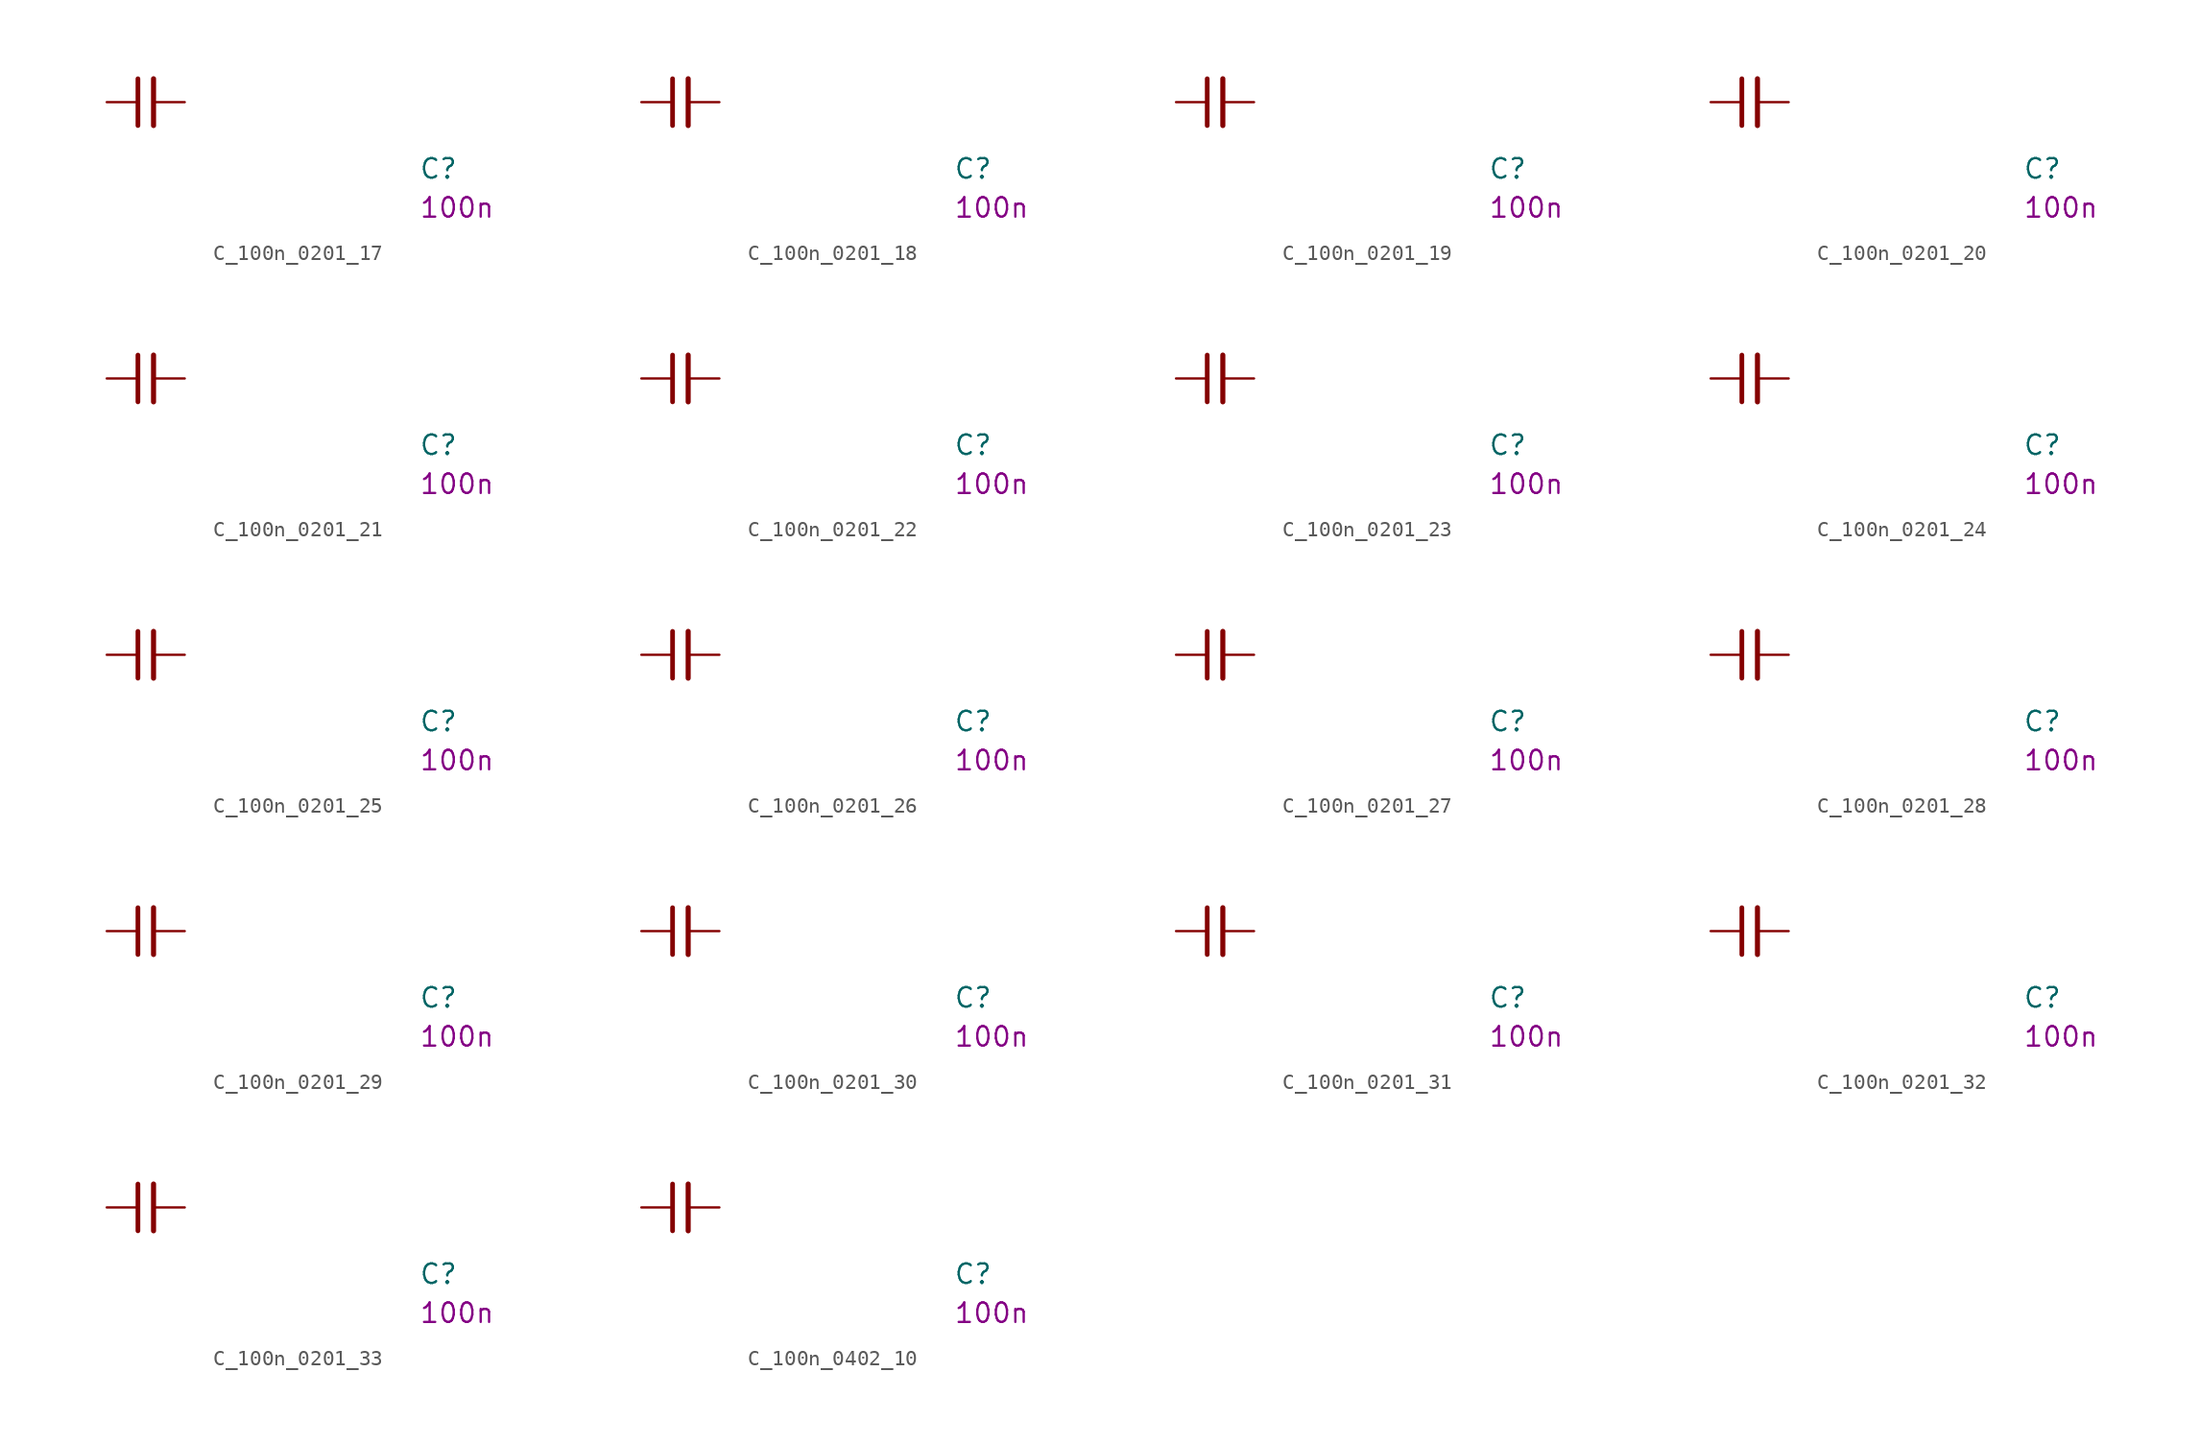
<source format=kicad_sym>
(kicad_symbol_lib
  (version 20211014)
  (generator kicad_symbol_editor)
  (symbol "K410T-devboard:C_100n_0201_17"
    (pin_numbers hide)
    (pin_names hide)
    (property "Reference" "C"
      (at 20.32 -5.08 0)
      (effects (font (size 1.27 1.27) (thickness 0.15)) (justify left bottom)))
    (property "Val" "100n"
      (at 20.32 -7.62 0)
      (effects (font (size 1.27 1.27) (thickness 0.15)) (justify left bottom)))
    (symbol "C_100n_0201_17_0_1"
      (polyline (pts (xy 2.032 -1.524) (xy 2.032 1.524)) (stroke (width 0.305) (type default)) (fill (type none)))
      (polyline (pts (xy 3.048 -1.524) (xy 3.048 1.524)) (stroke (width 0.33) (type default)) (fill (type none))))
    (symbol "C_100n_0201_17_1_1"
      (pin passive line (at 0 0 0) (length 2.032) (name "~" (effects (font (size 1.27 1.27)))) (number "1" (effects (font (size 1.27 1.27)))))
      (pin passive line (at 5.08 0 180) (length 2.032) (name "~" (effects (font (size 1.27 1.27)))) (number "2" (effects (font (size 1.27 1.27)))))))
  (symbol "K410T-devboard:C_100n_0201_18"
    (pin_numbers hide)
    (pin_names hide)
    (property "Reference" "C"
      (at 20.32 -5.08 0)
      (effects (font (size 1.27 1.27) (thickness 0.15)) (justify left bottom)))
    (property "Val" "100n"
      (at 20.32 -7.62 0)
      (effects (font (size 1.27 1.27) (thickness 0.15)) (justify left bottom)))
    (symbol "C_100n_0201_18_0_1"
      (polyline (pts (xy 2.032 -1.524) (xy 2.032 1.524)) (stroke (width 0.305) (type default)) (fill (type none)))
      (polyline (pts (xy 3.048 -1.524) (xy 3.048 1.524)) (stroke (width 0.33) (type default)) (fill (type none))))
    (symbol "C_100n_0201_18_1_1"
      (pin passive line (at 0 0 0) (length 2.032) (name "~" (effects (font (size 1.27 1.27)))) (number "1" (effects (font (size 1.27 1.27)))))
      (pin passive line (at 5.08 0 180) (length 2.032) (name "~" (effects (font (size 1.27 1.27)))) (number "2" (effects (font (size 1.27 1.27)))))))
  (symbol "K410T-devboard:C_100n_0201_19"
    (pin_numbers hide)
    (pin_names hide)
    (property "Reference" "C"
      (at 20.32 -5.08 0)
      (effects (font (size 1.27 1.27) (thickness 0.15)) (justify left bottom)))
    (property "Val" "100n"
      (at 20.32 -7.62 0)
      (effects (font (size 1.27 1.27) (thickness 0.15)) (justify left bottom)))
    (symbol "C_100n_0201_19_0_1"
      (polyline (pts (xy 2.032 -1.524) (xy 2.032 1.524)) (stroke (width 0.305) (type default)) (fill (type none)))
      (polyline (pts (xy 3.048 -1.524) (xy 3.048 1.524)) (stroke (width 0.33) (type default)) (fill (type none))))
    (symbol "C_100n_0201_19_1_1"
      (pin passive line (at 0 0 0) (length 2.032) (name "~" (effects (font (size 1.27 1.27)))) (number "1" (effects (font (size 1.27 1.27)))))
      (pin passive line (at 5.08 0 180) (length 2.032) (name "~" (effects (font (size 1.27 1.27)))) (number "2" (effects (font (size 1.27 1.27)))))))
  (symbol "K410T-devboard:C_100n_0201_20"
    (pin_numbers hide)
    (pin_names hide)
    (property "Reference" "C"
      (at 20.32 -5.08 0)
      (effects (font (size 1.27 1.27) (thickness 0.15)) (justify left bottom)))
    (property "Val" "100n"
      (at 20.32 -7.62 0)
      (effects (font (size 1.27 1.27) (thickness 0.15)) (justify left bottom)))
    (symbol "C_100n_0201_20_0_1"
      (polyline (pts (xy 2.032 -1.524) (xy 2.032 1.524)) (stroke (width 0.305) (type default)) (fill (type none)))
      (polyline (pts (xy 3.048 -1.524) (xy 3.048 1.524)) (stroke (width 0.33) (type default)) (fill (type none))))
    (symbol "C_100n_0201_20_1_1"
      (pin passive line (at 0 0 0) (length 2.032) (name "~" (effects (font (size 1.27 1.27)))) (number "1" (effects (font (size 1.27 1.27)))))
      (pin passive line (at 5.08 0 180) (length 2.032) (name "~" (effects (font (size 1.27 1.27)))) (number "2" (effects (font (size 1.27 1.27)))))))
  (symbol "K410T-devboard:C_100n_0201_21"
    (pin_numbers hide)
    (pin_names hide)
    (property "Reference" "C"
      (at 20.32 -5.08 0)
      (effects (font (size 1.27 1.27) (thickness 0.15)) (justify left bottom)))
    (property "Val" "100n"
      (at 20.32 -7.62 0)
      (effects (font (size 1.27 1.27) (thickness 0.15)) (justify left bottom)))
    (symbol "C_100n_0201_21_0_1"
      (polyline (pts (xy 2.032 -1.524) (xy 2.032 1.524)) (stroke (width 0.305) (type default)) (fill (type none)))
      (polyline (pts (xy 3.048 -1.524) (xy 3.048 1.524)) (stroke (width 0.33) (type default)) (fill (type none))))
    (symbol "C_100n_0201_21_1_1"
      (pin passive line (at 0 0 0) (length 2.032) (name "~" (effects (font (size 1.27 1.27)))) (number "1" (effects (font (size 1.27 1.27)))))
      (pin passive line (at 5.08 0 180) (length 2.032) (name "~" (effects (font (size 1.27 1.27)))) (number "2" (effects (font (size 1.27 1.27)))))))
  (symbol "K410T-devboard:C_100n_0201_22"
    (pin_numbers hide)
    (pin_names hide)
    (property "Reference" "C"
      (at 20.32 -5.08 0)
      (effects (font (size 1.27 1.27) (thickness 0.15)) (justify left bottom)))
    (property "Val" "100n"
      (at 20.32 -7.62 0)
      (effects (font (size 1.27 1.27) (thickness 0.15)) (justify left bottom)))
    (symbol "C_100n_0201_22_0_1"
      (polyline (pts (xy 2.032 -1.524) (xy 2.032 1.524)) (stroke (width 0.305) (type default)) (fill (type none)))
      (polyline (pts (xy 3.048 -1.524) (xy 3.048 1.524)) (stroke (width 0.33) (type default)) (fill (type none))))
    (symbol "C_100n_0201_22_1_1"
      (pin passive line (at 0 0 0) (length 2.032) (name "~" (effects (font (size 1.27 1.27)))) (number "1" (effects (font (size 1.27 1.27)))))
      (pin passive line (at 5.08 0 180) (length 2.032) (name "~" (effects (font (size 1.27 1.27)))) (number "2" (effects (font (size 1.27 1.27)))))))
  (symbol "K410T-devboard:C_100n_0201_23"
    (pin_numbers hide)
    (pin_names hide)
    (property "Reference" "C"
      (at 20.32 -5.08 0)
      (effects (font (size 1.27 1.27) (thickness 0.15)) (justify left bottom)))
    (property "Val" "100n"
      (at 20.32 -7.62 0)
      (effects (font (size 1.27 1.27) (thickness 0.15)) (justify left bottom)))
    (symbol "C_100n_0201_23_0_1"
      (polyline (pts (xy 2.032 -1.524) (xy 2.032 1.524)) (stroke (width 0.305) (type default)) (fill (type none)))
      (polyline (pts (xy 3.048 -1.524) (xy 3.048 1.524)) (stroke (width 0.33) (type default)) (fill (type none))))
    (symbol "C_100n_0201_23_1_1"
      (pin passive line (at 0 0 0) (length 2.032) (name "~" (effects (font (size 1.27 1.27)))) (number "1" (effects (font (size 1.27 1.27)))))
      (pin passive line (at 5.08 0 180) (length 2.032) (name "~" (effects (font (size 1.27 1.27)))) (number "2" (effects (font (size 1.27 1.27)))))))
  (symbol "K410T-devboard:C_100n_0201_24"
    (pin_numbers hide)
    (pin_names hide)
    (property "Reference" "C"
      (at 20.32 -5.08 0)
      (effects (font (size 1.27 1.27) (thickness 0.15)) (justify left bottom)))
    (property "Val" "100n"
      (at 20.32 -7.62 0)
      (effects (font (size 1.27 1.27) (thickness 0.15)) (justify left bottom)))
    (symbol "C_100n_0201_24_0_1"
      (polyline (pts (xy 2.032 -1.524) (xy 2.032 1.524)) (stroke (width 0.305) (type default)) (fill (type none)))
      (polyline (pts (xy 3.048 -1.524) (xy 3.048 1.524)) (stroke (width 0.33) (type default)) (fill (type none))))
    (symbol "C_100n_0201_24_1_1"
      (pin passive line (at 0 0 0) (length 2.032) (name "~" (effects (font (size 1.27 1.27)))) (number "1" (effects (font (size 1.27 1.27)))))
      (pin passive line (at 5.08 0 180) (length 2.032) (name "~" (effects (font (size 1.27 1.27)))) (number "2" (effects (font (size 1.27 1.27)))))))
  (symbol "K410T-devboard:C_100n_0201_25"
    (pin_numbers hide)
    (pin_names hide)
    (property "Reference" "C"
      (at 20.32 -5.08 0)
      (effects (font (size 1.27 1.27) (thickness 0.15)) (justify left bottom)))
    (property "Val" "100n"
      (at 20.32 -7.62 0)
      (effects (font (size 1.27 1.27) (thickness 0.15)) (justify left bottom)))
    (symbol "C_100n_0201_25_0_1"
      (polyline (pts (xy 2.032 -1.524) (xy 2.032 1.524)) (stroke (width 0.305) (type default)) (fill (type none)))
      (polyline (pts (xy 3.048 -1.524) (xy 3.048 1.524)) (stroke (width 0.33) (type default)) (fill (type none))))
    (symbol "C_100n_0201_25_1_1"
      (pin passive line (at 0 0 0) (length 2.032) (name "~" (effects (font (size 1.27 1.27)))) (number "1" (effects (font (size 1.27 1.27)))))
      (pin passive line (at 5.08 0 180) (length 2.032) (name "~" (effects (font (size 1.27 1.27)))) (number "2" (effects (font (size 1.27 1.27)))))))
  (symbol "K410T-devboard:C_100n_0201_26"
    (pin_numbers hide)
    (pin_names hide)
    (property "Reference" "C"
      (at 20.32 -5.08 0)
      (effects (font (size 1.27 1.27) (thickness 0.15)) (justify left bottom)))
    (property "Val" "100n"
      (at 20.32 -7.62 0)
      (effects (font (size 1.27 1.27) (thickness 0.15)) (justify left bottom)))
    (symbol "C_100n_0201_26_0_1"
      (polyline (pts (xy 2.032 -1.524) (xy 2.032 1.524)) (stroke (width 0.305) (type default)) (fill (type none)))
      (polyline (pts (xy 3.048 -1.524) (xy 3.048 1.524)) (stroke (width 0.33) (type default)) (fill (type none))))
    (symbol "C_100n_0201_26_1_1"
      (pin passive line (at 0 0 0) (length 2.032) (name "~" (effects (font (size 1.27 1.27)))) (number "1" (effects (font (size 1.27 1.27)))))
      (pin passive line (at 5.08 0 180) (length 2.032) (name "~" (effects (font (size 1.27 1.27)))) (number "2" (effects (font (size 1.27 1.27)))))))
  (symbol "K410T-devboard:C_100n_0201_27"
    (pin_numbers hide)
    (pin_names hide)
    (property "Reference" "C"
      (at 20.32 -5.08 0)
      (effects (font (size 1.27 1.27) (thickness 0.15)) (justify left bottom)))
    (property "Val" "100n"
      (at 20.32 -7.62 0)
      (effects (font (size 1.27 1.27) (thickness 0.15)) (justify left bottom)))
    (symbol "C_100n_0201_27_0_1"
      (polyline (pts (xy 2.032 -1.524) (xy 2.032 1.524)) (stroke (width 0.305) (type default)) (fill (type none)))
      (polyline (pts (xy 3.048 -1.524) (xy 3.048 1.524)) (stroke (width 0.33) (type default)) (fill (type none))))
    (symbol "C_100n_0201_27_1_1"
      (pin passive line (at 0 0 0) (length 2.032) (name "~" (effects (font (size 1.27 1.27)))) (number "1" (effects (font (size 1.27 1.27)))))
      (pin passive line (at 5.08 0 180) (length 2.032) (name "~" (effects (font (size 1.27 1.27)))) (number "2" (effects (font (size 1.27 1.27)))))))
  (symbol "K410T-devboard:C_100n_0201_28"
    (pin_numbers hide)
    (pin_names hide)
    (property "Reference" "C"
      (at 20.32 -5.08 0)
      (effects (font (size 1.27 1.27) (thickness 0.15)) (justify left bottom)))
    (property "Val" "100n"
      (at 20.32 -7.62 0)
      (effects (font (size 1.27 1.27) (thickness 0.15)) (justify left bottom)))
    (symbol "C_100n_0201_28_0_1"
      (polyline (pts (xy 2.032 -1.524) (xy 2.032 1.524)) (stroke (width 0.305) (type default)) (fill (type none)))
      (polyline (pts (xy 3.048 -1.524) (xy 3.048 1.524)) (stroke (width 0.33) (type default)) (fill (type none))))
    (symbol "C_100n_0201_28_1_1"
      (pin passive line (at 0 0 0) (length 2.032) (name "~" (effects (font (size 1.27 1.27)))) (number "1" (effects (font (size 1.27 1.27)))))
      (pin passive line (at 5.08 0 180) (length 2.032) (name "~" (effects (font (size 1.27 1.27)))) (number "2" (effects (font (size 1.27 1.27)))))))
  (symbol "K410T-devboard:C_100n_0201_29"
    (pin_numbers hide)
    (pin_names hide)
    (property "Reference" "C"
      (at 20.32 -5.08 0)
      (effects (font (size 1.27 1.27) (thickness 0.15)) (justify left bottom)))
    (property "Val" "100n"
      (at 20.32 -7.62 0)
      (effects (font (size 1.27 1.27) (thickness 0.15)) (justify left bottom)))
    (symbol "C_100n_0201_29_0_1"
      (polyline (pts (xy 2.032 -1.524) (xy 2.032 1.524)) (stroke (width 0.305) (type default)) (fill (type none)))
      (polyline (pts (xy 3.048 -1.524) (xy 3.048 1.524)) (stroke (width 0.33) (type default)) (fill (type none))))
    (symbol "C_100n_0201_29_1_1"
      (pin passive line (at 0 0 0) (length 2.032) (name "~" (effects (font (size 1.27 1.27)))) (number "1" (effects (font (size 1.27 1.27)))))
      (pin passive line (at 5.08 0 180) (length 2.032) (name "~" (effects (font (size 1.27 1.27)))) (number "2" (effects (font (size 1.27 1.27)))))))
  (symbol "K410T-devboard:C_100n_0201_30"
    (pin_numbers hide)
    (pin_names hide)
    (property "Reference" "C"
      (at 20.32 -5.08 0)
      (effects (font (size 1.27 1.27) (thickness 0.15)) (justify left bottom)))
    (property "Val" "100n"
      (at 20.32 -7.62 0)
      (effects (font (size 1.27 1.27) (thickness 0.15)) (justify left bottom)))
    (symbol "C_100n_0201_30_0_1"
      (polyline (pts (xy 2.032 -1.524) (xy 2.032 1.524)) (stroke (width 0.305) (type default)) (fill (type none)))
      (polyline (pts (xy 3.048 -1.524) (xy 3.048 1.524)) (stroke (width 0.33) (type default)) (fill (type none))))
    (symbol "C_100n_0201_30_1_1"
      (pin passive line (at 0 0 0) (length 2.032) (name "~" (effects (font (size 1.27 1.27)))) (number "1" (effects (font (size 1.27 1.27)))))
      (pin passive line (at 5.08 0 180) (length 2.032) (name "~" (effects (font (size 1.27 1.27)))) (number "2" (effects (font (size 1.27 1.27)))))))
  (symbol "K410T-devboard:C_100n_0201_31"
    (pin_numbers hide)
    (pin_names hide)
    (property "Reference" "C"
      (at 20.32 -5.08 0)
      (effects (font (size 1.27 1.27) (thickness 0.15)) (justify left bottom)))
    (property "Val" "100n"
      (at 20.32 -7.62 0)
      (effects (font (size 1.27 1.27) (thickness 0.15)) (justify left bottom)))
    (symbol "C_100n_0201_31_0_1"
      (polyline (pts (xy 2.032 -1.524) (xy 2.032 1.524)) (stroke (width 0.305) (type default)) (fill (type none)))
      (polyline (pts (xy 3.048 -1.524) (xy 3.048 1.524)) (stroke (width 0.33) (type default)) (fill (type none))))
    (symbol "C_100n_0201_31_1_1"
      (pin passive line (at 0 0 0) (length 2.032) (name "~" (effects (font (size 1.27 1.27)))) (number "1" (effects (font (size 1.27 1.27)))))
      (pin passive line (at 5.08 0 180) (length 2.032) (name "~" (effects (font (size 1.27 1.27)))) (number "2" (effects (font (size 1.27 1.27)))))))
  (symbol "K410T-devboard:C_100n_0201_32"
    (pin_numbers hide)
    (pin_names hide)
    (property "Reference" "C"
      (at 20.32 -5.08 0)
      (effects (font (size 1.27 1.27) (thickness 0.15)) (justify left bottom)))
    (property "Val" "100n"
      (at 20.32 -7.62 0)
      (effects (font (size 1.27 1.27) (thickness 0.15)) (justify left bottom)))
    (symbol "C_100n_0201_32_0_1"
      (polyline (pts (xy 2.032 -1.524) (xy 2.032 1.524)) (stroke (width 0.305) (type default)) (fill (type none)))
      (polyline (pts (xy 3.048 -1.524) (xy 3.048 1.524)) (stroke (width 0.33) (type default)) (fill (type none))))
    (symbol "C_100n_0201_32_1_1"
      (pin passive line (at 0 0 0) (length 2.032) (name "~" (effects (font (size 1.27 1.27)))) (number "1" (effects (font (size 1.27 1.27)))))
      (pin passive line (at 5.08 0 180) (length 2.032) (name "~" (effects (font (size 1.27 1.27)))) (number "2" (effects (font (size 1.27 1.27)))))))
  (symbol "K410T-devboard:C_100n_0201_33"
    (pin_numbers hide)
    (pin_names hide)
    (property "Reference" "C"
      (at 20.32 -5.08 0)
      (effects (font (size 1.27 1.27) (thickness 0.15)) (justify left bottom)))
    (property "Val" "100n"
      (at 20.32 -7.62 0)
      (effects (font (size 1.27 1.27) (thickness 0.15)) (justify left bottom)))
    (symbol "C_100n_0201_33_0_1"
      (polyline (pts (xy 2.032 -1.524) (xy 2.032 1.524)) (stroke (width 0.305) (type default)) (fill (type none)))
      (polyline (pts (xy 3.048 -1.524) (xy 3.048 1.524)) (stroke (width 0.33) (type default)) (fill (type none))))
    (symbol "C_100n_0201_33_1_1"
      (pin passive line (at 0 0 0) (length 2.032) (name "~" (effects (font (size 1.27 1.27)))) (number "1" (effects (font (size 1.27 1.27)))))
      (pin passive line (at 5.08 0 180) (length 2.032) (name "~" (effects (font (size 1.27 1.27)))) (number "2" (effects (font (size 1.27 1.27)))))))
  (symbol "K410T-devboard:C_100n_0402_10"
    (pin_numbers hide)
    (pin_names hide)
    (property "Reference" "C"
      (at 20.32 -5.08 0)
      (effects (font (size 1.27 1.27) (thickness 0.15)) (justify left bottom)))
    (property "Val" "100n"
      (at 20.32 -7.62 0)
      (effects (font (size 1.27 1.27) (thickness 0.15)) (justify left bottom)))
    (symbol "C_100n_0402_10_0_1"
      (polyline (pts (xy 2.032 -1.524) (xy 2.032 1.524)) (stroke (width 0.305) (type default)) (fill (type none)))
      (polyline (pts (xy 3.048 -1.524) (xy 3.048 1.524)) (stroke (width 0.33) (type default)) (fill (type none))))
    (symbol "C_100n_0402_10_1_1"
      (pin passive line (at 0 0 0) (length 2.032) (name "~" (effects (font (size 1.27 1.27)))) (number "1" (effects (font (size 1.27 1.27)))))
      (pin passive line (at 5.08 0 180) (length 2.032) (name "~" (effects (font (size 1.27 1.27)))) (number "2" (effects (font (size 1.27 1.27))))))))
</source>
